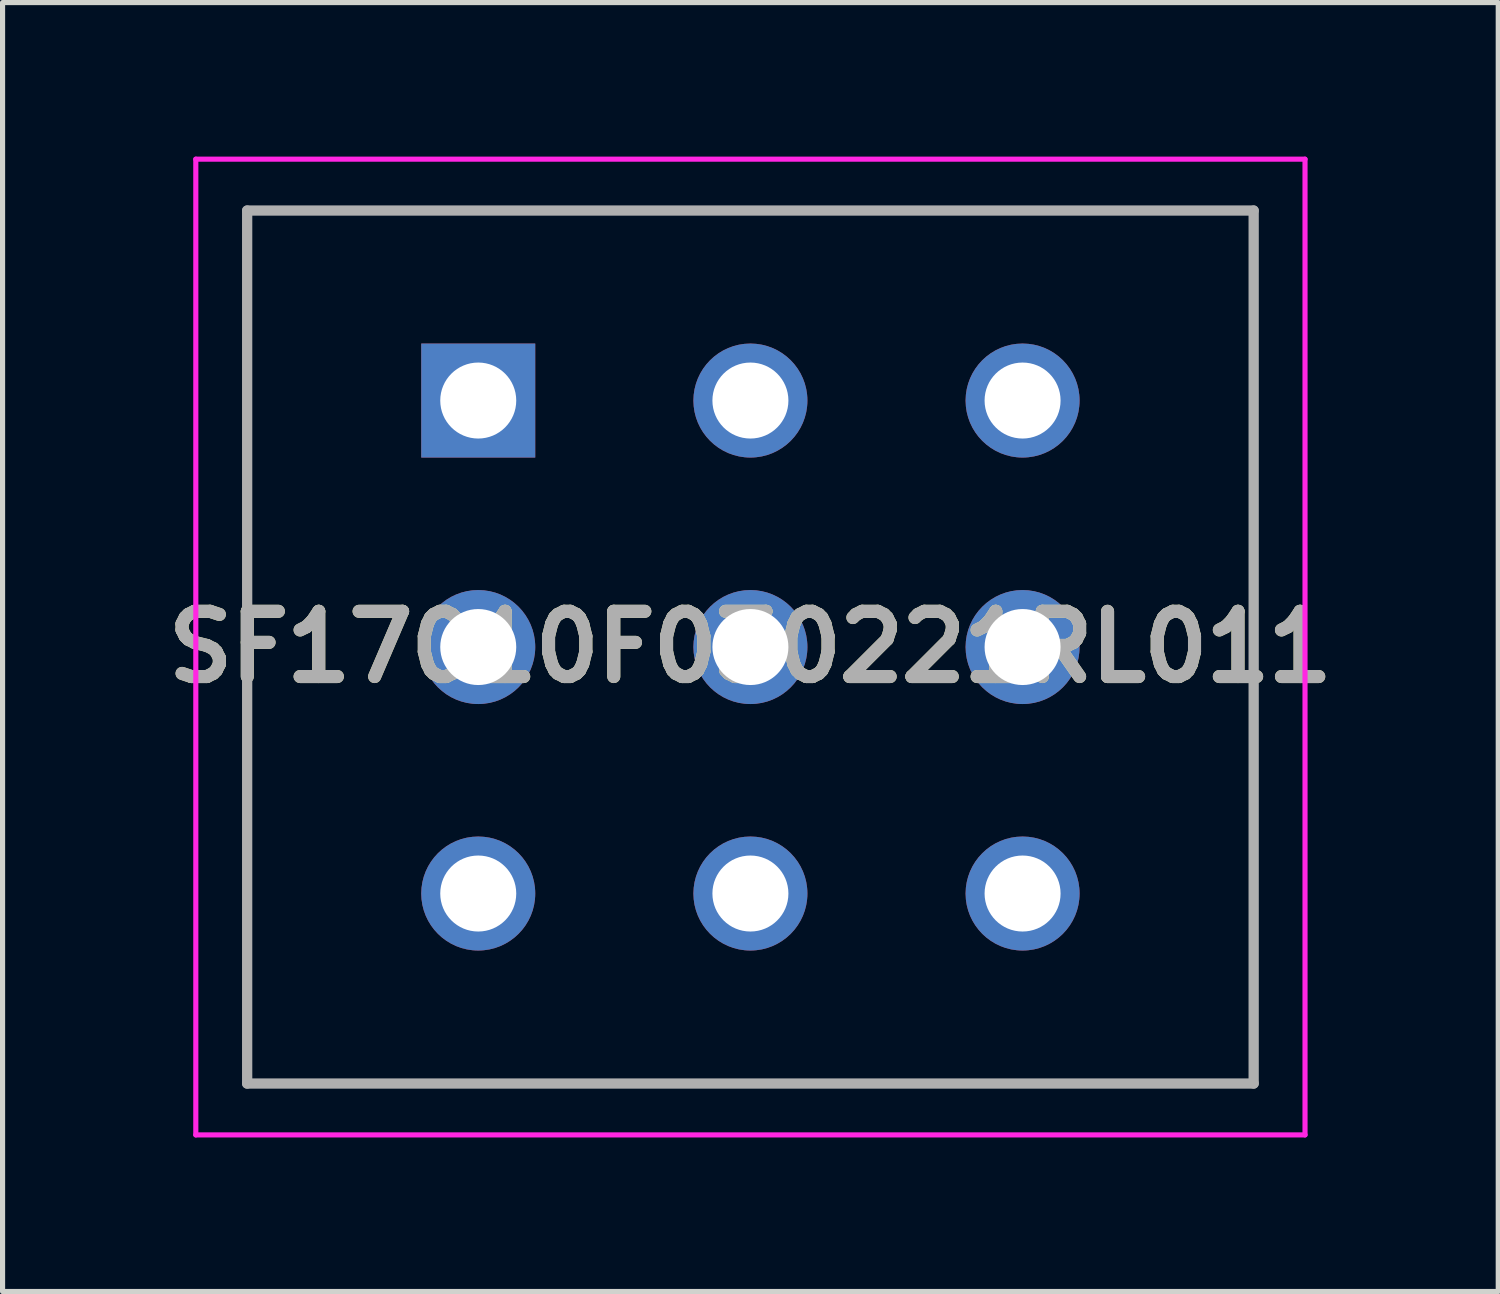
<source format=kicad_pcb>
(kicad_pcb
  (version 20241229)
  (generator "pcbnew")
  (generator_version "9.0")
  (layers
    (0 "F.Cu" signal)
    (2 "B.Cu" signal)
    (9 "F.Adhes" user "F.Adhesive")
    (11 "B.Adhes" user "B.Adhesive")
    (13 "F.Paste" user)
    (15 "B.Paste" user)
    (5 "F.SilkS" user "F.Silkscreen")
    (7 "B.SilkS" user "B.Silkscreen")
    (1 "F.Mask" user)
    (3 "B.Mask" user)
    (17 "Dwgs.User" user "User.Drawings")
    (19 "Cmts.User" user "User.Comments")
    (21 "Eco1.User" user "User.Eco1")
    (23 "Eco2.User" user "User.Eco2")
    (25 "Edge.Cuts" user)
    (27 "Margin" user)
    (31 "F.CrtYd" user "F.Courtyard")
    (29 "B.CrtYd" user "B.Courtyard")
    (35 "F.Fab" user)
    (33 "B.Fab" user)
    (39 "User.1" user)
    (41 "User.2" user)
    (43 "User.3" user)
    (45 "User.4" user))
  (footprint "SF17010F030221RL011"
    (layer "F.Cu")
    (at 6.263 4.75)
    (property "Reference" "SF17010F030221RL011" (at 5.3 4.8 0) (layer "F.SilkS") (effects (font (size 1.27 1.27) (thickness 0.254))))
    (attr through_hole)
    (fp_line (start -4.5 -3.7) (end 15.1 -3.7) (stroke (width 0.1) (type solid)) (layer "F.SilkS"))
    (fp_line (start -4.5 13.3) (end -4.5 -3.7) (stroke (width 0.1) (type solid)) (layer "F.SilkS"))
    (fp_line (start 15.1 -3.7) (end 15.1 13.3) (stroke (width 0.1) (type solid)) (layer "F.SilkS"))
    (fp_line (start 15.1 13.3) (end -4.5 13.3) (stroke (width 0.1) (type solid)) (layer "F.SilkS"))
    (fp_line (start -5.5 -4.7) (end 16.1 -4.7) (stroke (width 0.1) (type solid)) (layer "F.CrtYd"))
    (fp_line (start -5.5 14.3) (end -5.5 -4.7) (stroke (width 0.1) (type solid)) (layer "F.CrtYd"))
    (fp_line (start 16.1 -4.7) (end 16.1 14.3) (stroke (width 0.1) (type solid)) (layer "F.CrtYd"))
    (fp_line (start 16.1 14.3) (end -5.5 14.3) (stroke (width 0.1) (type solid)) (layer "F.CrtYd"))
    (fp_line (start -4.5 -3.7) (end -4.5 13.3) (stroke (width 0.2) (type solid)) (layer "F.Fab"))
    (fp_line (start -4.5 13.3) (end 15.1 13.3) (stroke (width 0.2) (type solid)) (layer "F.Fab"))
    (fp_line (start 15.1 -3.7) (end -4.5 -3.7) (stroke (width 0.2) (type solid)) (layer "F.Fab"))
    (fp_line (start 15.1 13.3) (end 15.1 -3.7) (stroke (width 0.2) (type solid)) (layer "F.Fab"))
    (fp_text user "${REFERENCE}" (at 5.3 4.8 0) (layer "F.Fab") (effects (font (size 1.27 1.27) (thickness 0.254))))
    (pad "11" thru_hole rect (at 0 0) (size 2.22 2.22) (drill 1.48) (layers "*.Cu" "*.Mask"))
    (pad "12" thru_hole circle (at 5.3 0) (size 2.22 2.22) (drill 1.48) (layers "*.Cu" "*.Mask"))
    (pad "13" thru_hole circle (at 10.6 0) (size 2.22 2.22) (drill 1.48) (layers "*.Cu" "*.Mask"))
    (pad "21" thru_hole circle (at 0 4.8) (size 2.22 2.22) (drill 1.48) (layers "*.Cu" "*.Mask"))
    (pad "22" thru_hole circle (at 5.3 4.8) (size 2.22 2.22) (drill 1.48) (layers "*.Cu" "*.Mask"))
    (pad "23" thru_hole circle (at 10.6 4.8) (size 2.22 2.22) (drill 1.48) (layers "*.Cu" "*.Mask"))
    (pad "31" thru_hole circle (at 0 9.6) (size 2.22 2.22) (drill 1.48) (layers "*.Cu" "*.Mask"))
    (pad "32" thru_hole circle (at 5.3 9.6) (size 2.22 2.22) (drill 1.48) (layers "*.Cu" "*.Mask"))
    (pad "33" thru_hole circle (at 10.6 9.6) (size 2.22 2.22) (drill 1.48) (layers "*.Cu" "*.Mask")))
  (gr_rect
    (start -3 -3)
    (end 26.126 22.1)
    (stroke (width 0.1) (type default))
    (fill no)
    (layer "Edge.Cuts")))
</source>
